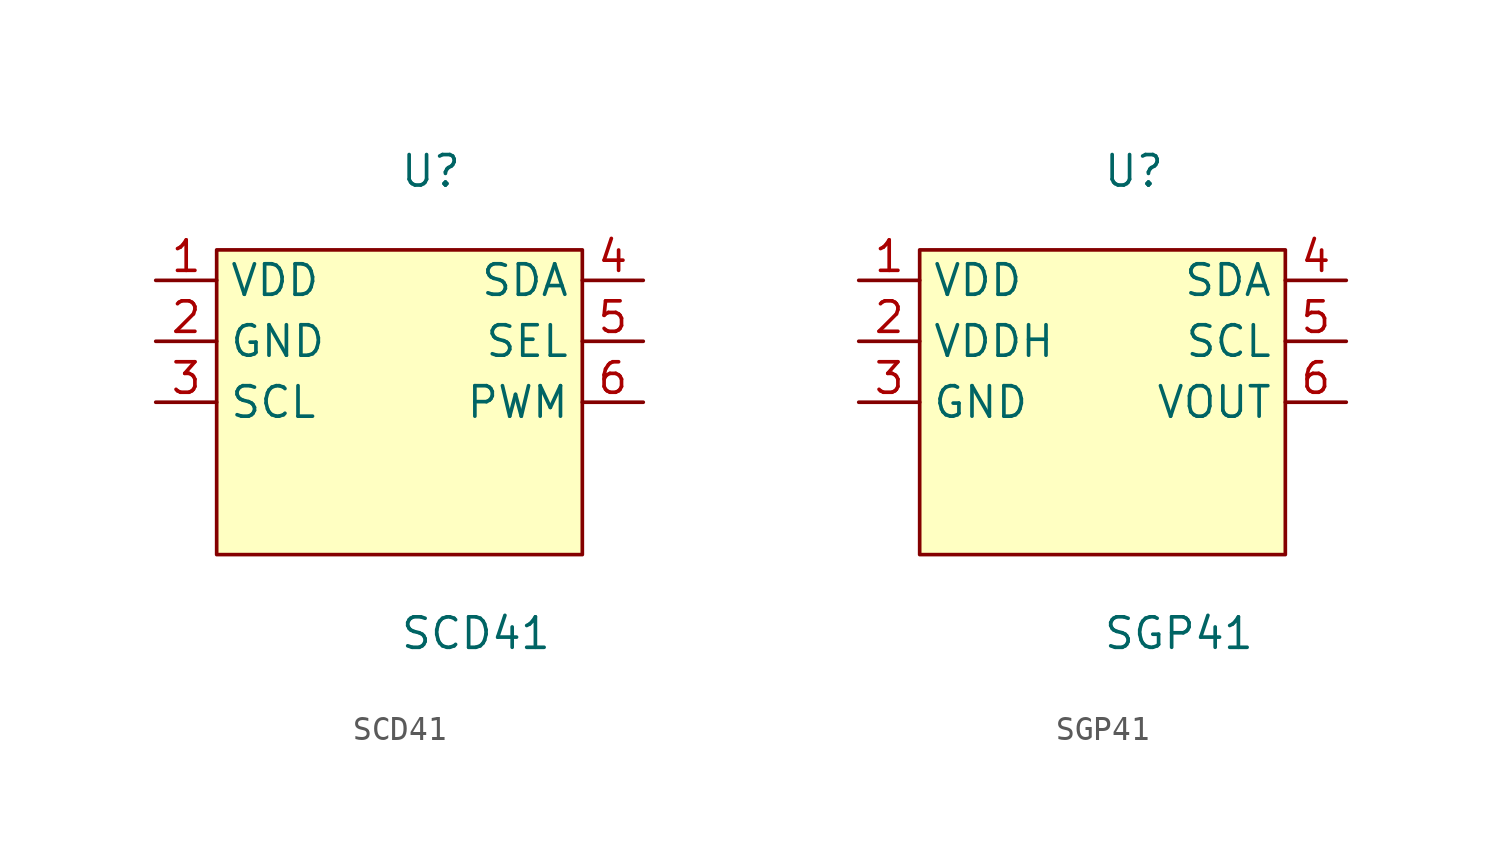
<source format=kicad_sym>
(kicad_symbol_lib
  (version 20231120)
  (generator "kicad_mcp")
  (generator_version "9.0")
  (symbol "SCD41"
    (property "Reference" "U"
      (at 0 8.89 0)
      (effects (font (size 1.27 1.27)) (justify left bottom)))
    (property "Value" "SCD41"
      (at 0 -8.89 0)
      (effects (font (size 1.27 1.27)) (justify left top)))
    (symbol "SCD41_0_1"
      (rectangle (start -7.62 -6.35) (end 7.62 6.35) (stroke (width 0) (type default)) (fill (type background))))
    (symbol "SCD41_1_1"
      (pin power_in line (at -10.16 5.08 0) (length 2.54) (name "VDD" (effects (font (size 1.27 1.27)))) (number "1" (effects (font (size 1.27 1.27)))))
      (pin power_in line (at -10.16 2.54 0) (length 2.54) (name "GND" (effects (font (size 1.27 1.27)))) (number "2" (effects (font (size 1.27 1.27)))))
      (pin input line (at -10.16 0 0) (length 2.54) (name "SCL" (effects (font (size 1.27 1.27)))) (number "3" (effects (font (size 1.27 1.27)))))
      (pin bidirectional line (at 10.16 5.08 180) (length 2.54) (name "SDA" (effects (font (size 1.27 1.27)))) (number "4" (effects (font (size 1.27 1.27)))))
      (pin input line (at 10.16 2.54 180) (length 2.54) (name "SEL" (effects (font (size 1.27 1.27)))) (number "5" (effects (font (size 1.27 1.27)))))
      (pin output line (at 10.16 0 180) (length 2.54) (name "PWM" (effects (font (size 1.27 1.27)))) (number "6" (effects (font (size 1.27 1.27)))))))
  (symbol "SGP41"
    (property "Reference" "U"
      (at 0 8.89 0)
      (effects (font (size 1.27 1.27)) (justify left bottom)))
    (property "Value" "SGP41"
      (at 0 -8.89 0)
      (effects (font (size 1.27 1.27)) (justify left top)))
    (symbol "SGP41_0_1"
      (rectangle (start -7.62 -6.35) (end 7.62 6.35) (stroke (width 0) (type default)) (fill (type background))))
    (symbol "SGP41_1_1"
      (pin power_in line (at -10.16 5.08 0) (length 2.54) (name "VDD" (effects (font (size 1.27 1.27)))) (number "1" (effects (font (size 1.27 1.27)))))
      (pin power_in line (at -10.16 2.54 0) (length 2.54) (name "VDDH" (effects (font (size 1.27 1.27)))) (number "2" (effects (font (size 1.27 1.27)))))
      (pin power_in line (at -10.16 0 0) (length 2.54) (name "GND" (effects (font (size 1.27 1.27)))) (number "3" (effects (font (size 1.27 1.27)))))
      (pin bidirectional line (at 10.16 5.08 180) (length 2.54) (name "SDA" (effects (font (size 1.27 1.27)))) (number "4" (effects (font (size 1.27 1.27)))))
      (pin input line (at 10.16 2.54 180) (length 2.54) (name "SCL" (effects (font (size 1.27 1.27)))) (number "5" (effects (font (size 1.27 1.27)))))
      (pin output line (at 10.16 0 180) (length 2.54) (name "VOUT" (effects (font (size 1.27 1.27)))) (number "6" (effects (font (size 1.27 1.27))))))))
</source>
